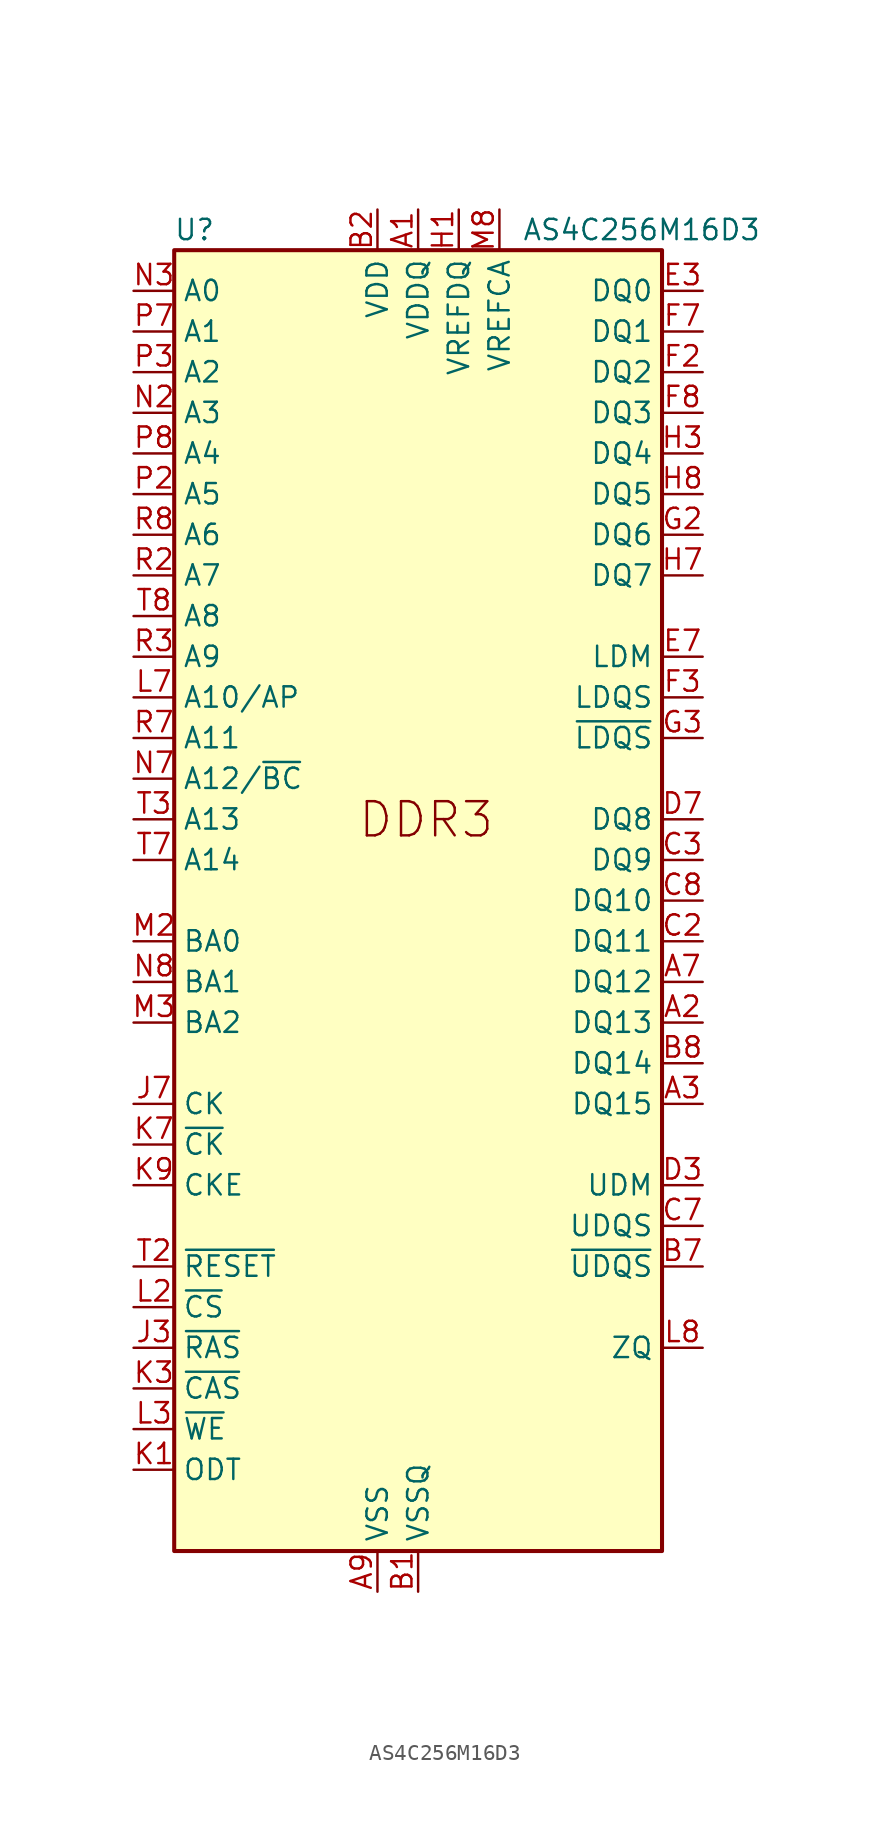
<source format=kicad_sym>
(kicad_symbol_lib
  (version 20211014)
  (generator kicad_symbol_editor)
  (symbol "AS4C256M16D3"
    (property "Reference" "U"
      (at -13.97 41.91 0)
      (effects (font (size 1.27 1.27))))
    (property "Value" "AS4C256M16D3"
      (at 13.97 41.91 0)
      (effects (font (size 1.27 1.27))))
    (symbol "AS4C256M16D3_0_1"
      (rectangle (start -15.24 -40.64) (end 15.24 40.64) (stroke (width 0.254) (type default) (color 0 0 0 0)) (fill (type background)))
      (pin power_in line (at 0 43.18 270) (length 2.54) (name "VDDQ" (effects (font (size 1.27 1.27)))) (number "A1" (effects (font (size 1.27 1.27)))))
      (pin passive line (at 0 43.18 270) (length 2.54) hide (name "VDDQ" (effects (font (size 1.27 1.27)))) (number "A8" (effects (font (size 1.27 1.27)))))
      (pin power_in line (at -2.54 -43.18 90) (length 2.54) (name "VSS" (effects (font (size 1.27 1.27)))) (number "A9" (effects (font (size 1.27 1.27)))))
      (pin power_in line (at 0 -43.18 90) (length 2.54) (name "VSSQ" (effects (font (size 1.27 1.27)))) (number "B1" (effects (font (size 1.27 1.27)))))
      (pin power_in line (at -2.54 43.18 270) (length 2.54) (name "VDD" (effects (font (size 1.27 1.27)))) (number "B2" (effects (font (size 1.27 1.27)))))
      (pin passive line (at -2.54 -43.18 90) (length 2.54) hide (name "VSS" (effects (font (size 1.27 1.27)))) (number "B3" (effects (font (size 1.27 1.27)))))
      (pin passive line (at 0 -43.18 90) (length 2.54) hide (name "VSSQ" (effects (font (size 1.27 1.27)))) (number "B9" (effects (font (size 1.27 1.27)))))
      (pin passive line (at 0 43.18 270) (length 2.54) hide (name "VDDQ" (effects (font (size 1.27 1.27)))) (number "C1" (effects (font (size 1.27 1.27)))))
      (pin passive line (at 0 43.18 270) (length 2.54) hide (name "VDDQ" (effects (font (size 1.27 1.27)))) (number "C9" (effects (font (size 1.27 1.27)))))
      (pin passive line (at 0 -43.18 90) (length 2.54) hide (name "VSSQ" (effects (font (size 1.27 1.27)))) (number "D1" (effects (font (size 1.27 1.27)))))
      (pin passive line (at 0 43.18 270) (length 2.54) hide (name "VDDQ" (effects (font (size 1.27 1.27)))) (number "D2" (effects (font (size 1.27 1.27)))))
      (pin passive line (at 0 -43.18 90) (length 2.54) hide (name "VSSQ" (effects (font (size 1.27 1.27)))) (number "D8" (effects (font (size 1.27 1.27)))))
      (pin passive line (at -2.54 43.18 270) (length 2.54) hide (name "VDD" (effects (font (size 1.27 1.27)))) (number "D9" (effects (font (size 1.27 1.27)))))
      (pin passive line (at -2.54 -43.18 90) (length 2.54) hide (name "VSS" (effects (font (size 1.27 1.27)))) (number "E1" (effects (font (size 1.27 1.27)))))
      (pin passive line (at 0 -43.18 90) (length 2.54) hide (name "VSSQ" (effects (font (size 1.27 1.27)))) (number "E2" (effects (font (size 1.27 1.27)))))
      (pin bidirectional line (at 17.78 38.1 180) (length 2.54) (name "DQ0" (effects (font (size 1.27 1.27)))) (number "E3" (effects (font (size 1.27 1.27)))))
      (pin passive line (at 0 -43.18 90) (length 2.54) hide (name "VSSQ" (effects (font (size 1.27 1.27)))) (number "E8" (effects (font (size 1.27 1.27)))))
      (pin passive line (at 0 43.18 270) (length 2.54) hide (name "VDDQ" (effects (font (size 1.27 1.27)))) (number "E9" (effects (font (size 1.27 1.27)))))
      (pin passive line (at 0 43.18 270) (length 2.54) hide (name "VDDQ" (effects (font (size 1.27 1.27)))) (number "F1" (effects (font (size 1.27 1.27)))))
      (pin bidirectional line (at 17.78 33.02 180) (length 2.54) (name "DQ2" (effects (font (size 1.27 1.27)))) (number "F2" (effects (font (size 1.27 1.27)))))
      (pin bidirectional line (at 17.78 35.56 180) (length 2.54) (name "DQ1" (effects (font (size 1.27 1.27)))) (number "F7" (effects (font (size 1.27 1.27)))))
      (pin bidirectional line (at 17.78 30.48 180) (length 2.54) (name "DQ3" (effects (font (size 1.27 1.27)))) (number "F8" (effects (font (size 1.27 1.27)))))
      (pin passive line (at 0 -43.18 90) (length 2.54) hide (name "VSSQ" (effects (font (size 1.27 1.27)))) (number "F9" (effects (font (size 1.27 1.27)))))
      (pin passive line (at 0 -43.18 90) (length 2.54) hide (name "VSSQ" (effects (font (size 1.27 1.27)))) (number "G1" (effects (font (size 1.27 1.27)))))
      (pin bidirectional line (at 17.78 22.86 180) (length 2.54) (name "DQ6" (effects (font (size 1.27 1.27)))) (number "G2" (effects (font (size 1.27 1.27)))))
      (pin passive line (at -2.54 43.18 270) (length 2.54) hide (name "VDD" (effects (font (size 1.27 1.27)))) (number "G7" (effects (font (size 1.27 1.27)))))
      (pin passive line (at -2.54 -43.18 90) (length 2.54) hide (name "VSS" (effects (font (size 1.27 1.27)))) (number "G8" (effects (font (size 1.27 1.27)))))
      (pin passive line (at 0 -43.18 90) (length 2.54) hide (name "VSSQ" (effects (font (size 1.27 1.27)))) (number "G9" (effects (font (size 1.27 1.27)))))
      (pin power_in line (at 2.54 43.18 270) (length 2.54) (name "VREFDQ" (effects (font (size 1.27 1.27)))) (number "H1" (effects (font (size 1.27 1.27)))))
      (pin passive line (at 0 43.18 270) (length 2.54) hide (name "VDDQ" (effects (font (size 1.27 1.27)))) (number "H2" (effects (font (size 1.27 1.27)))))
      (pin bidirectional line (at 17.78 27.94 180) (length 2.54) (name "DQ4" (effects (font (size 1.27 1.27)))) (number "H3" (effects (font (size 1.27 1.27)))))
      (pin bidirectional line (at 17.78 20.32 180) (length 2.54) (name "DQ7" (effects (font (size 1.27 1.27)))) (number "H7" (effects (font (size 1.27 1.27)))))
      (pin bidirectional line (at 17.78 25.4 180) (length 2.54) (name "DQ5" (effects (font (size 1.27 1.27)))) (number "H8" (effects (font (size 1.27 1.27)))))
      (pin passive line (at 0 43.18 270) (length 2.54) hide (name "VDDQ" (effects (font (size 1.27 1.27)))) (number "H9" (effects (font (size 1.27 1.27)))))
      (pin passive line (at -2.54 -43.18 90) (length 2.54) hide (name "VSS" (effects (font (size 1.27 1.27)))) (number "J2" (effects (font (size 1.27 1.27)))))
      (pin passive line (at -2.54 -43.18 90) (length 2.54) hide (name "VSS" (effects (font (size 1.27 1.27)))) (number "J8" (effects (font (size 1.27 1.27)))))
      (pin passive line (at -2.54 43.18 270) (length 2.54) hide (name "VDD" (effects (font (size 1.27 1.27)))) (number "K2" (effects (font (size 1.27 1.27)))))
      (pin passive line (at -2.54 43.18 270) (length 2.54) hide (name "VDD" (effects (font (size 1.27 1.27)))) (number "K8" (effects (font (size 1.27 1.27)))))
      (pin input line (at -17.78 -25.4 0) (length 2.54) (name "~{CS}" (effects (font (size 1.27 1.27)))) (number "L2" (effects (font (size 1.27 1.27)))))
      (pin input line (at -17.78 12.7 0) (length 2.54) (name "A10/AP" (effects (font (size 1.27 1.27)))) (number "L7" (effects (font (size 1.27 1.27)))))
      (pin passive line (at -2.54 -43.18 90) (length 2.54) hide (name "VSS" (effects (font (size 1.27 1.27)))) (number "M1" (effects (font (size 1.27 1.27)))))
      (pin passive line (at -2.54 -43.18 90) (length 2.54) hide (name "VSS" (effects (font (size 1.27 1.27)))) (number "M9" (effects (font (size 1.27 1.27)))))
      (pin passive line (at -2.54 43.18 270) (length 2.54) hide (name "VDD" (effects (font (size 1.27 1.27)))) (number "N1" (effects (font (size 1.27 1.27)))))
      (pin input line (at -17.78 30.48 0) (length 2.54) (name "A3" (effects (font (size 1.27 1.27)))) (number "N2" (effects (font (size 1.27 1.27)))))
      (pin input line (at -17.78 38.1 0) (length 2.54) (name "A0" (effects (font (size 1.27 1.27)))) (number "N3" (effects (font (size 1.27 1.27)))))
      (pin input line (at -17.78 7.62 0) (length 2.54) (name "A12/~{BC}" (effects (font (size 1.27 1.27)))) (number "N7" (effects (font (size 1.27 1.27)))))
      (pin passive line (at -2.54 43.18 270) (length 2.54) hide (name "VDD" (effects (font (size 1.27 1.27)))) (number "N9" (effects (font (size 1.27 1.27)))))
      (pin passive line (at -2.54 -43.18 90) (length 2.54) hide (name "VSS" (effects (font (size 1.27 1.27)))) (number "P1" (effects (font (size 1.27 1.27)))))
      (pin input line (at -17.78 25.4 0) (length 2.54) (name "A5" (effects (font (size 1.27 1.27)))) (number "P2" (effects (font (size 1.27 1.27)))))
      (pin input line (at -17.78 33.02 0) (length 2.54) (name "A2" (effects (font (size 1.27 1.27)))) (number "P3" (effects (font (size 1.27 1.27)))))
      (pin input line (at -17.78 35.56 0) (length 2.54) (name "A1" (effects (font (size 1.27 1.27)))) (number "P7" (effects (font (size 1.27 1.27)))))
      (pin input line (at -17.78 27.94 0) (length 2.54) (name "A4" (effects (font (size 1.27 1.27)))) (number "P8" (effects (font (size 1.27 1.27)))))
      (pin passive line (at -2.54 -43.18 90) (length 2.54) hide (name "VSS" (effects (font (size 1.27 1.27)))) (number "P9" (effects (font (size 1.27 1.27)))))
      (pin passive line (at -2.54 43.18 270) (length 2.54) hide (name "VDD" (effects (font (size 1.27 1.27)))) (number "R1" (effects (font (size 1.27 1.27)))))
      (pin input line (at -17.78 20.32 0) (length 2.54) (name "A7" (effects (font (size 1.27 1.27)))) (number "R2" (effects (font (size 1.27 1.27)))))
      (pin input line (at -17.78 15.24 0) (length 2.54) (name "A9" (effects (font (size 1.27 1.27)))) (number "R3" (effects (font (size 1.27 1.27)))))
      (pin input line (at -17.78 10.16 0) (length 2.54) (name "A11" (effects (font (size 1.27 1.27)))) (number "R7" (effects (font (size 1.27 1.27)))))
      (pin input line (at -17.78 22.86 0) (length 2.54) (name "A6" (effects (font (size 1.27 1.27)))) (number "R8" (effects (font (size 1.27 1.27)))))
      (pin passive line (at -2.54 43.18 270) (length 2.54) hide (name "VDD" (effects (font (size 1.27 1.27)))) (number "R9" (effects (font (size 1.27 1.27)))))
      (pin passive line (at -2.54 -43.18 90) (length 2.54) hide (name "VSS" (effects (font (size 1.27 1.27)))) (number "T1" (effects (font (size 1.27 1.27)))))
      (pin input line (at -17.78 -22.86 0) (length 2.54) (name "~{RESET}" (effects (font (size 1.27 1.27)))) (number "T2" (effects (font (size 1.27 1.27)))))
      (pin input line (at -17.78 5.08 0) (length 2.54) (name "A13" (effects (font (size 1.27 1.27)))) (number "T3" (effects (font (size 1.27 1.27)))))
      (pin input line (at -17.78 2.54 0) (length 2.54) (name "A14" (effects (font (size 1.27 1.27)))) (number "T7" (effects (font (size 1.27 1.27)))))
      (pin input line (at -17.78 17.78 0) (length 2.54) (name "A8" (effects (font (size 1.27 1.27)))) (number "T8" (effects (font (size 1.27 1.27)))))
      (pin passive line (at -2.54 -43.18 90) (length 2.54) hide (name "VSS" (effects (font (size 1.27 1.27)))) (number "T9" (effects (font (size 1.27 1.27))))))
    (symbol "AS4C256M16D3_1_1"
      (text "DDR3" (at -3.81 3.81 0) (effects (font (size 2.134 2.134)) (justify left bottom)))
      (pin bidirectional line (at 17.78 -7.62 180) (length 2.54) (name "DQ13" (effects (font (size 1.27 1.27)))) (number "A2" (effects (font (size 1.27 1.27)))))
      (pin bidirectional line (at 17.78 -12.7 180) (length 2.54) (name "DQ15" (effects (font (size 1.27 1.27)))) (number "A3" (effects (font (size 1.27 1.27)))))
      (pin bidirectional line (at 17.78 -5.08 180) (length 2.54) (name "DQ12" (effects (font (size 1.27 1.27)))) (number "A7" (effects (font (size 1.27 1.27)))))
      (pin bidirectional line (at 17.78 -22.86 180) (length 2.54) (name "~{UDQS}" (effects (font (size 1.27 1.27)))) (number "B7" (effects (font (size 1.27 1.27)))))
      (pin bidirectional line (at 17.78 -10.16 180) (length 2.54) (name "DQ14" (effects (font (size 1.27 1.27)))) (number "B8" (effects (font (size 1.27 1.27)))))
      (pin bidirectional line (at 17.78 -2.54 180) (length 2.54) (name "DQ11" (effects (font (size 1.27 1.27)))) (number "C2" (effects (font (size 1.27 1.27)))))
      (pin bidirectional line (at 17.78 2.54 180) (length 2.54) (name "DQ9" (effects (font (size 1.27 1.27)))) (number "C3" (effects (font (size 1.27 1.27)))))
      (pin bidirectional line (at 17.78 -20.32 180) (length 2.54) (name "UDQS" (effects (font (size 1.27 1.27)))) (number "C7" (effects (font (size 1.27 1.27)))))
      (pin bidirectional line (at 17.78 0 180) (length 2.54) (name "DQ10" (effects (font (size 1.27 1.27)))) (number "C8" (effects (font (size 1.27 1.27)))))
      (pin input line (at 17.78 -17.78 180) (length 2.54) (name "UDM" (effects (font (size 1.27 1.27)))) (number "D3" (effects (font (size 1.27 1.27)))))
      (pin bidirectional line (at 17.78 5.08 180) (length 2.54) (name "DQ8" (effects (font (size 1.27 1.27)))) (number "D7" (effects (font (size 1.27 1.27)))))
      (pin input line (at 17.78 15.24 180) (length 2.54) (name "LDM" (effects (font (size 1.27 1.27)))) (number "E7" (effects (font (size 1.27 1.27)))))
      (pin bidirectional line (at 17.78 12.7 180) (length 2.54) (name "LDQS" (effects (font (size 1.27 1.27)))) (number "F3" (effects (font (size 1.27 1.27)))))
      (pin bidirectional line (at 17.78 10.16 180) (length 2.54) (name "~{LDQS}" (effects (font (size 1.27 1.27)))) (number "G3" (effects (font (size 1.27 1.27)))))
      (pin no_connect line (at 15.24 -30.48 180) (length 2.54) hide (name "NC" (effects (font (size 1.27 1.27)))) (number "J1" (effects (font (size 1.27 1.27)))))
      (pin input line (at -17.78 -27.94 0) (length 2.54) (name "~{RAS}" (effects (font (size 1.27 1.27)))) (number "J3" (effects (font (size 1.27 1.27)))))
      (pin input line (at -17.78 -12.7 0) (length 2.54) (name "CK" (effects (font (size 1.27 1.27)))) (number "J7" (effects (font (size 1.27 1.27)))))
      (pin no_connect line (at 15.24 -33.02 180) (length 2.54) hide (name "NC" (effects (font (size 1.27 1.27)))) (number "J9" (effects (font (size 1.27 1.27)))))
      (pin input line (at -17.78 -35.56 0) (length 2.54) (name "ODT" (effects (font (size 1.27 1.27)))) (number "K1" (effects (font (size 1.27 1.27)))))
      (pin input line (at -17.78 -30.48 0) (length 2.54) (name "~{CAS}" (effects (font (size 1.27 1.27)))) (number "K3" (effects (font (size 1.27 1.27)))))
      (pin input line (at -17.78 -15.24 0) (length 2.54) (name "~{CK}" (effects (font (size 1.27 1.27)))) (number "K7" (effects (font (size 1.27 1.27)))))
      (pin input line (at -17.78 -17.78 0) (length 2.54) (name "CKE" (effects (font (size 1.27 1.27)))) (number "K9" (effects (font (size 1.27 1.27)))))
      (pin no_connect line (at 15.24 -35.56 180) (length 2.54) hide (name "NC" (effects (font (size 1.27 1.27)))) (number "L1" (effects (font (size 1.27 1.27)))))
      (pin input line (at -17.78 -33.02 0) (length 2.54) (name "~{WE}" (effects (font (size 1.27 1.27)))) (number "L3" (effects (font (size 1.27 1.27)))))
      (pin input line (at 17.78 -27.94 180) (length 2.54) (name "ZQ" (effects (font (size 1.27 1.27)))) (number "L8" (effects (font (size 1.27 1.27)))))
      (pin no_connect line (at 15.24 -38.1 180) (length 2.54) hide (name "NC" (effects (font (size 1.27 1.27)))) (number "L9" (effects (font (size 1.27 1.27)))))
      (pin input line (at -17.78 -2.54 0) (length 2.54) (name "BA0" (effects (font (size 1.27 1.27)))) (number "M2" (effects (font (size 1.27 1.27)))))
      (pin input line (at -17.78 -7.62 0) (length 2.54) (name "BA2" (effects (font (size 1.27 1.27)))) (number "M3" (effects (font (size 1.27 1.27)))))
      (pin no_connect line (at -15.24 -38.1 0) (length 2.54) hide (name "NC" (effects (font (size 1.27 1.27)))) (number "M7" (effects (font (size 1.27 1.27)))))
      (pin power_in line (at 5.08 43.18 270) (length 2.54) (name "VREFCA" (effects (font (size 1.27 1.27)))) (number "M8" (effects (font (size 1.27 1.27)))))
      (pin input line (at -17.78 -5.08 0) (length 2.54) (name "BA1" (effects (font (size 1.27 1.27)))) (number "N8" (effects (font (size 1.27 1.27))))))))
</source>
